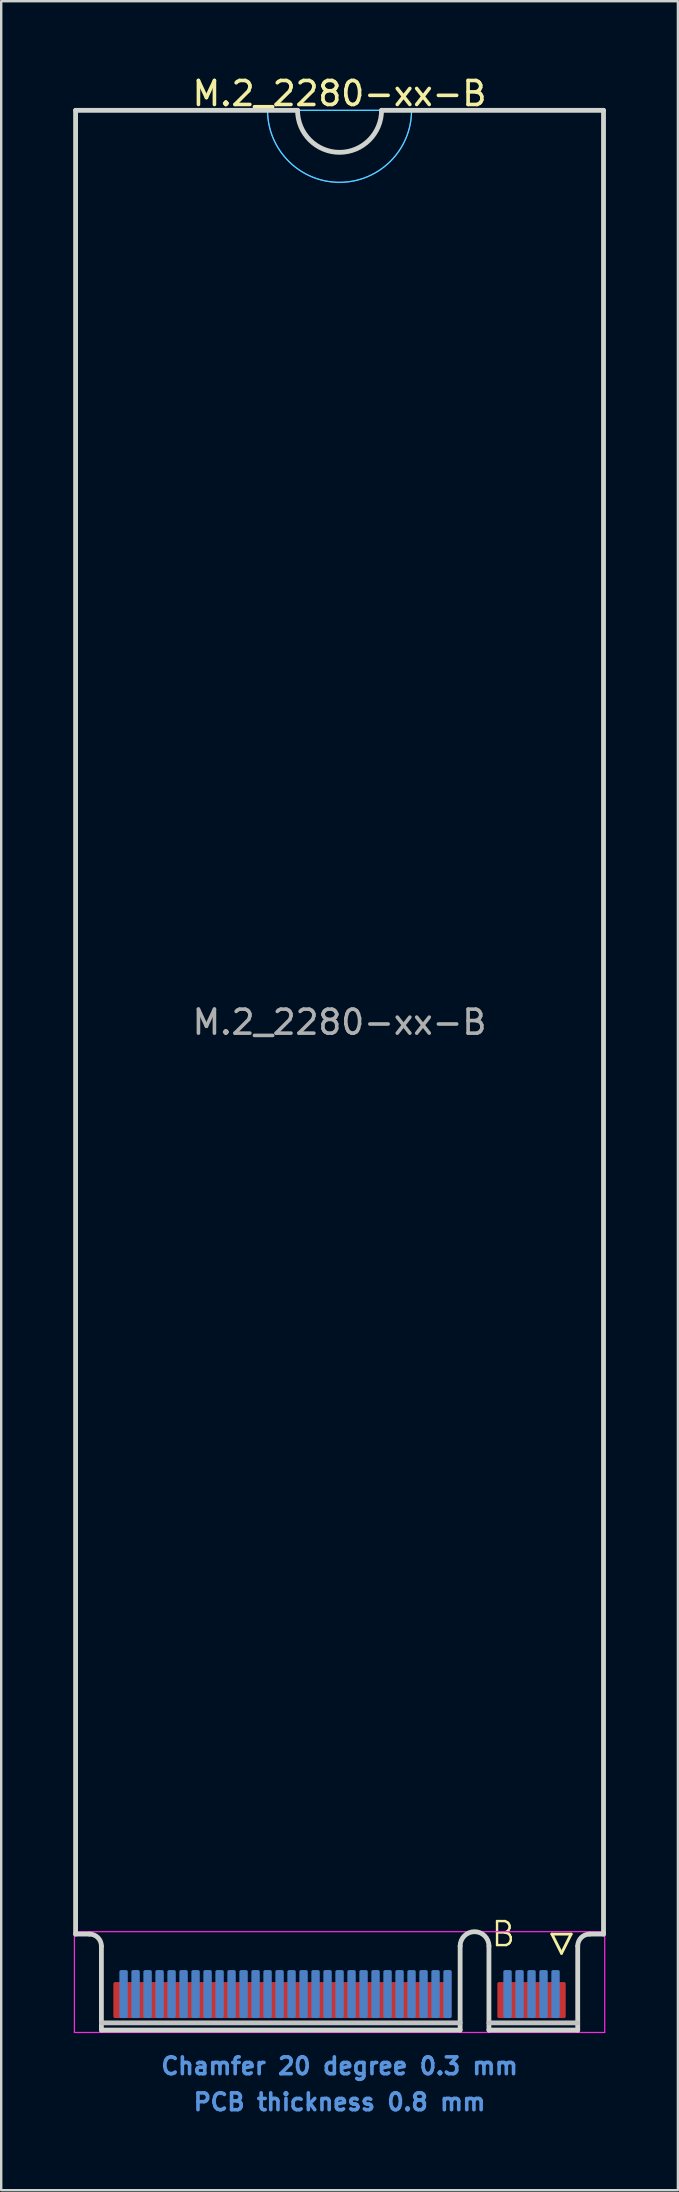
<source format=kicad_pcb>
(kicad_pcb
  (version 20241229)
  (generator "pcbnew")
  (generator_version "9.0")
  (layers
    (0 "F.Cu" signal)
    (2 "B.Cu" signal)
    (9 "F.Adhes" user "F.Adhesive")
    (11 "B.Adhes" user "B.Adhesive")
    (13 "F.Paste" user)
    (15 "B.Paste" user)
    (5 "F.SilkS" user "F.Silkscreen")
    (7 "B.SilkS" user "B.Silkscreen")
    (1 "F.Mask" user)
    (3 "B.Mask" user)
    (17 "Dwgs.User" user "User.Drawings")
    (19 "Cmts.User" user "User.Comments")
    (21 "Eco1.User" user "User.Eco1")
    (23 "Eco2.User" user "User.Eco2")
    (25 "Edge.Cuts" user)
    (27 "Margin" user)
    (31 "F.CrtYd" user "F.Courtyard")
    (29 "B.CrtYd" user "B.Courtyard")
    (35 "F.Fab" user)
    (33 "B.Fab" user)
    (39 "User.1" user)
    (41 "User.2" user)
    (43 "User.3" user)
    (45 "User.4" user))
  (footprint "M.2_2280-xx-B"
    (layer "F.Cu")
    (at 11.1 77.548)
    (property "Reference" "M.2_2280-xx-B" (at 0 -76.7 0) (layer "F.SilkS") (effects (font (size 1 1) (thickness 0.15))))
    (attr exclude_from_pos_files exclude_from_bom)
    (fp_line (start 8.85 0) (end 9.65 0) (stroke (width 0.12) (type solid)) (layer "F.SilkS"))
    (fp_line (start 9.25 0.8) (end 8.85 0) (stroke (width 0.12) (type solid)) (layer "F.SilkS"))
    (fp_line (start 9.65 0) (end 9.25 0.8) (stroke (width 0.12) (type solid)) (layer "F.SilkS"))
    (fp_line (start -9.925 3.7) (end 5.025 3.7) (stroke (width 0.2) (type solid)) (layer "Dwgs.User"))
    (fp_line (start 9.925 3.7) (end 6.225 3.7) (stroke (width 0.2) (type solid)) (layer "Dwgs.User"))
    (fp_line (start -11 -76) (end -11 0) (stroke (width 0.2) (type solid)) (layer "Edge.Cuts"))
    (fp_line (start -11 0) (end -10.425 0) (stroke (width 0.2) (type solid)) (layer "Edge.Cuts"))
    (fp_line (start -9.925 0.5) (end -9.925 4) (stroke (width 0.2) (type solid)) (layer "Edge.Cuts"))
    (fp_line (start -9.925 4) (end 5.025 4) (stroke (width 0.2) (type solid)) (layer "Edge.Cuts"))
    (fp_line (start -1.75 -76) (end -11 -76) (stroke (width 0.2) (type solid)) (layer "Edge.Cuts"))
    (fp_line (start 5.025 4) (end 5.025 0.5) (stroke (width 0.2) (type solid)) (layer "Edge.Cuts"))
    (fp_line (start 6.225 0.5) (end 6.225 4) (stroke (width 0.2) (type solid)) (layer "Edge.Cuts"))
    (fp_line (start 6.225 4) (end 9.925 4) (stroke (width 0.2) (type solid)) (layer "Edge.Cuts"))
    (fp_line (start 9.925 4) (end 9.925 0.5) (stroke (width 0.2) (type solid)) (layer "Edge.Cuts"))
    (fp_line (start 10.425 0) (end 11 0) (stroke (width 0.2) (type solid)) (layer "Edge.Cuts"))
    (fp_line (start 11 -76) (end 1.75 -76) (stroke (width 0.2) (type solid)) (layer "Edge.Cuts"))
    (fp_line (start 11 0) (end 11 -76) (stroke (width 0.2) (type solid)) (layer "Edge.Cuts"))
    (fp_arc (start -10.425 0) (mid -10.071447 0.146447) (end -9.925 0.5) (stroke (width 0.2) (type solid)) (layer "Edge.Cuts"))
    (fp_arc (start 1.75 -76) (mid 0 -74.25) (end -1.75 -76) (stroke (width 0.2) (type solid)) (layer "Edge.Cuts"))
    (fp_arc (start 5.025 0.5) (mid 5.625 -0.1) (end 6.225 0.5) (stroke (width 0.2) (type solid)) (layer "Edge.Cuts"))
    (fp_arc (start 9.925 0.5) (mid 10.071447 0.146447) (end 10.425 0) (stroke (width 0.2) (type solid)) (layer "Edge.Cuts"))
    (fp_line (start -3 -76) (end 3 -76) (stroke (width 0.05) (type solid)) (layer "B.CrtYd"))
    (fp_arc (start 3 -76) (mid 0 -73) (end -3 -76) (stroke (width 0.05) (type solid)) (layer "B.CrtYd"))
    (fp_line (start -11.05 -0.1) (end -11.05 4.1) (stroke (width 0.05) (type solid)) (layer "F.CrtYd"))
    (fp_line (start -11.05 4.1) (end 11.05 4.1) (stroke (width 0.05) (type solid)) (layer "F.CrtYd"))
    (fp_line (start -3 -76) (end 3 -76) (stroke (width 0.05) (type solid)) (layer "F.CrtYd"))
    (fp_line (start 11.05 -0.1) (end -11.05 -0.1) (stroke (width 0.05) (type solid)) (layer "F.CrtYd"))
    (fp_line (start 11.05 4.1) (end 11.05 -0.1) (stroke (width 0.05) (type solid)) (layer "F.CrtYd"))
    (fp_arc (start 3 -76) (mid 0 -73) (end -3 -76) (stroke (width 0.05) (type solid)) (layer "F.CrtYd"))
    (fp_text user "B" (at 6.825 0 0) (layer "F.SilkS") (effects (font (size 1 1) (thickness 0.1))))
    (fp_text user "PCB thickness 0.8 mm" (at 0 7 0) (layer "Cmts.User") (effects (font (size 0.7 0.7) (thickness 0.15))))
    (fp_text user "Chamfer 20 degree 0.3 mm" (at 0 5.5 0) (layer "Cmts.User") (effects (font (size 0.7 0.7) (thickness 0.15))))
    (fp_text user "${REFERENCE}" (at 0 -38 0) (layer "F.Fab") (effects (font (size 1 1) (thickness 0.15))))
    (pad "1" connect roundrect (at 9.25 2.75) (size 0.35 1.5) (layers "F.Cu" "F.Mask") (roundrect_rratio 0.2))
    (pad "2" connect roundrect (at 9 2.5) (size 0.35 2) (layers "B.Cu" "B.Mask") (roundrect_rratio 0.2))
    (pad "3" connect roundrect (at 8.75 2.75) (size 0.35 1.5) (layers "F.Cu" "F.Mask") (roundrect_rratio 0.2))
    (pad "4" connect roundrect (at 8.5 2.5) (size 0.35 2) (layers "B.Cu" "B.Mask") (roundrect_rratio 0.2))
    (pad "5" connect roundrect (at 8.25 2.75) (size 0.35 1.5) (layers "F.Cu" "F.Mask") (roundrect_rratio 0.2))
    (pad "6" connect roundrect (at 8 2.5) (size 0.35 2) (layers "B.Cu" "B.Mask") (roundrect_rratio 0.2))
    (pad "7" connect roundrect (at 7.75 2.75) (size 0.35 1.5) (layers "F.Cu" "F.Mask") (roundrect_rratio 0.2))
    (pad "8" connect roundrect (at 7.5 2.5) (size 0.35 2) (layers "B.Cu" "B.Mask") (roundrect_rratio 0.2))
    (pad "9" connect roundrect (at 7.25 2.75) (size 0.35 1.5) (layers "F.Cu" "F.Mask") (roundrect_rratio 0.2))
    (pad "10" connect roundrect (at 7 2.5) (size 0.35 2) (layers "B.Cu" "B.Mask") (roundrect_rratio 0.2))
    (pad "11" connect roundrect (at 6.75 2.75) (size 0.35 1.5) (layers "F.Cu" "F.Mask") (roundrect_rratio 0.2))
    (pad "20" connect roundrect (at 4.5 2.5) (size 0.35 2) (layers "B.Cu" "B.Mask") (roundrect_rratio 0.2))
    (pad "21" connect roundrect (at 4.25 2.75) (size 0.35 1.5) (layers "F.Cu" "F.Mask") (roundrect_rratio 0.2))
    (pad "22" connect roundrect (at 4 2.5) (size 0.35 2) (layers "B.Cu" "B.Mask") (roundrect_rratio 0.2))
    (pad "23" connect roundrect (at 3.75 2.75) (size 0.35 1.5) (layers "F.Cu" "F.Mask") (roundrect_rratio 0.2))
    (pad "24" connect roundrect (at 3.5 2.5) (size 0.35 2) (layers "B.Cu" "B.Mask") (roundrect_rratio 0.2))
    (pad "25" connect roundrect (at 3.25 2.75) (size 0.35 1.5) (layers "F.Cu" "F.Mask") (roundrect_rratio 0.2))
    (pad "26" connect roundrect (at 3 2.5) (size 0.35 2) (layers "B.Cu" "B.Mask") (roundrect_rratio 0.2))
    (pad "27" connect roundrect (at 2.75 2.75) (size 0.35 1.5) (layers "F.Cu" "F.Mask") (roundrect_rratio 0.2))
    (pad "28" connect roundrect (at 2.5 2.5) (size 0.35 2) (layers "B.Cu" "B.Mask") (roundrect_rratio 0.2))
    (pad "29" connect roundrect (at 2.25 2.75) (size 0.35 1.5) (layers "F.Cu" "F.Mask") (roundrect_rratio 0.2))
    (pad "30" connect roundrect (at 2 2.5) (size 0.35 2) (layers "B.Cu" "B.Mask") (roundrect_rratio 0.2))
    (pad "31" connect roundrect (at 1.75 2.75) (size 0.35 1.5) (layers "F.Cu" "F.Mask") (roundrect_rratio 0.2))
    (pad "32" connect roundrect (at 1.5 2.5) (size 0.35 2) (layers "B.Cu" "B.Mask") (roundrect_rratio 0.2))
    (pad "33" connect roundrect (at 1.25 2.75) (size 0.35 1.5) (layers "F.Cu" "F.Mask") (roundrect_rratio 0.2))
    (pad "34" connect roundrect (at 1 2.5) (size 0.35 2) (layers "B.Cu" "B.Mask") (roundrect_rratio 0.2))
    (pad "35" connect roundrect (at 0.75 2.75) (size 0.35 1.5) (layers "F.Cu" "F.Mask") (roundrect_rratio 0.2))
    (pad "36" connect roundrect (at 0.5 2.5) (size 0.35 2) (layers "B.Cu" "B.Mask") (roundrect_rratio 0.2))
    (pad "37" connect roundrect (at 0.25 2.75) (size 0.35 1.5) (layers "F.Cu" "F.Mask") (roundrect_rratio 0.2))
    (pad "38" connect roundrect (at 0 2.5) (size 0.35 2) (layers "B.Cu" "B.Mask") (roundrect_rratio 0.2))
    (pad "39" connect roundrect (at -0.25 2.75) (size 0.35 1.5) (layers "F.Cu" "F.Mask") (roundrect_rratio 0.2))
    (pad "40" connect roundrect (at -0.5 2.5) (size 0.35 2) (layers "B.Cu" "B.Mask") (roundrect_rratio 0.2))
    (pad "41" connect roundrect (at -0.75 2.75) (size 0.35 1.5) (layers "F.Cu" "F.Mask") (roundrect_rratio 0.2))
    (pad "42" connect roundrect (at -1 2.5) (size 0.35 2) (layers "B.Cu" "B.Mask") (roundrect_rratio 0.2))
    (pad "43" connect roundrect (at -1.25 2.75) (size 0.35 1.5) (layers "F.Cu" "F.Mask") (roundrect_rratio 0.2))
    (pad "44" connect roundrect (at -1.5 2.5) (size 0.35 2) (layers "B.Cu" "B.Mask") (roundrect_rratio 0.2))
    (pad "45" connect roundrect (at -1.75 2.75) (size 0.35 1.5) (layers "F.Cu" "F.Mask") (roundrect_rratio 0.2))
    (pad "46" connect roundrect (at -2 2.5) (size 0.35 2) (layers "B.Cu" "B.Mask") (roundrect_rratio 0.2))
    (pad "47" connect roundrect (at -2.25 2.75) (size 0.35 1.5) (layers "F.Cu" "F.Mask") (roundrect_rratio 0.2))
    (pad "48" connect roundrect (at -2.5 2.5) (size 0.35 2) (layers "B.Cu" "B.Mask") (roundrect_rratio 0.2))
    (pad "49" connect roundrect (at -2.75 2.75) (size 0.35 1.5) (layers "F.Cu" "F.Mask") (roundrect_rratio 0.2))
    (pad "50" connect roundrect (at -3 2.5) (size 0.35 2) (layers "B.Cu" "B.Mask") (roundrect_rratio 0.2))
    (pad "51" connect roundrect (at -3.25 2.75) (size 0.35 1.5) (layers "F.Cu" "F.Mask") (roundrect_rratio 0.2))
    (pad "52" connect roundrect (at -3.5 2.5) (size 0.35 2) (layers "B.Cu" "B.Mask") (roundrect_rratio 0.2))
    (pad "53" connect roundrect (at -3.75 2.75) (size 0.35 1.5) (layers "F.Cu" "F.Mask") (roundrect_rratio 0.2))
    (pad "54" connect roundrect (at -4 2.5) (size 0.35 2) (layers "B.Cu" "B.Mask") (roundrect_rratio 0.2))
    (pad "55" connect roundrect (at -4.25 2.75) (size 0.35 1.5) (layers "F.Cu" "F.Mask") (roundrect_rratio 0.2))
    (pad "56" connect roundrect (at -4.5 2.5) (size 0.35 2) (layers "B.Cu" "B.Mask") (roundrect_rratio 0.2))
    (pad "57" connect roundrect (at -4.75 2.75) (size 0.35 1.5) (layers "F.Cu" "F.Mask") (roundrect_rratio 0.2))
    (pad "58" connect roundrect (at -5 2.5) (size 0.35 2) (layers "B.Cu" "B.Mask") (roundrect_rratio 0.2))
    (pad "59" connect roundrect (at -5.25 2.75) (size 0.35 1.5) (layers "F.Cu" "F.Mask") (roundrect_rratio 0.2))
    (pad "60" connect roundrect (at -5.5 2.5) (size 0.35 2) (layers "B.Cu" "B.Mask") (roundrect_rratio 0.2))
    (pad "61" connect roundrect (at -5.75 2.75) (size 0.35 1.5) (layers "F.Cu" "F.Mask") (roundrect_rratio 0.2))
    (pad "62" connect roundrect (at -6 2.5) (size 0.35 2) (layers "B.Cu" "B.Mask") (roundrect_rratio 0.2))
    (pad "63" connect roundrect (at -6.25 2.75) (size 0.35 1.5) (layers "F.Cu" "F.Mask") (roundrect_rratio 0.2))
    (pad "64" connect roundrect (at -6.5 2.5) (size 0.35 2) (layers "B.Cu" "B.Mask") (roundrect_rratio 0.2))
    (pad "65" connect roundrect (at -6.75 2.75) (size 0.35 1.5) (layers "F.Cu" "F.Mask") (roundrect_rratio 0.2))
    (pad "66" connect roundrect (at -7 2.5) (size 0.35 2) (layers "B.Cu" "B.Mask") (roundrect_rratio 0.2))
    (pad "67" connect roundrect (at -7.25 2.75) (size 0.35 1.5) (layers "F.Cu" "F.Mask") (roundrect_rratio 0.2))
    (pad "68" connect roundrect (at -7.5 2.5) (size 0.35 2) (layers "B.Cu" "B.Mask") (roundrect_rratio 0.2))
    (pad "69" connect roundrect (at -7.75 2.75) (size 0.35 1.5) (layers "F.Cu" "F.Mask") (roundrect_rratio 0.2))
    (pad "70" connect roundrect (at -8 2.5) (size 0.35 2) (layers "B.Cu" "B.Mask") (roundrect_rratio 0.2))
    (pad "71" connect roundrect (at -8.25 2.75) (size 0.35 1.5) (layers "F.Cu" "F.Mask") (roundrect_rratio 0.2))
    (pad "72" connect roundrect (at -8.5 2.5) (size 0.35 2) (layers "B.Cu" "B.Mask") (roundrect_rratio 0.2))
    (pad "73" connect roundrect (at -8.75 2.75) (size 0.35 1.5) (layers "F.Cu" "F.Mask") (roundrect_rratio 0.2))
    (pad "74" connect roundrect (at -9 2.5) (size 0.35 2) (layers "B.Cu" "B.Mask") (roundrect_rratio 0.2))
    (pad "75" connect roundrect (at -9.25 2.75) (size 0.35 1.5) (layers "F.Cu" "F.Mask") (roundrect_rratio 0.2)))
  (gr_rect
    (start -3 -3)
    (end 25.2 88.221)
    (stroke (width 0.1) (type default))
    (fill no)
    (layer "Edge.Cuts")))
</source>
